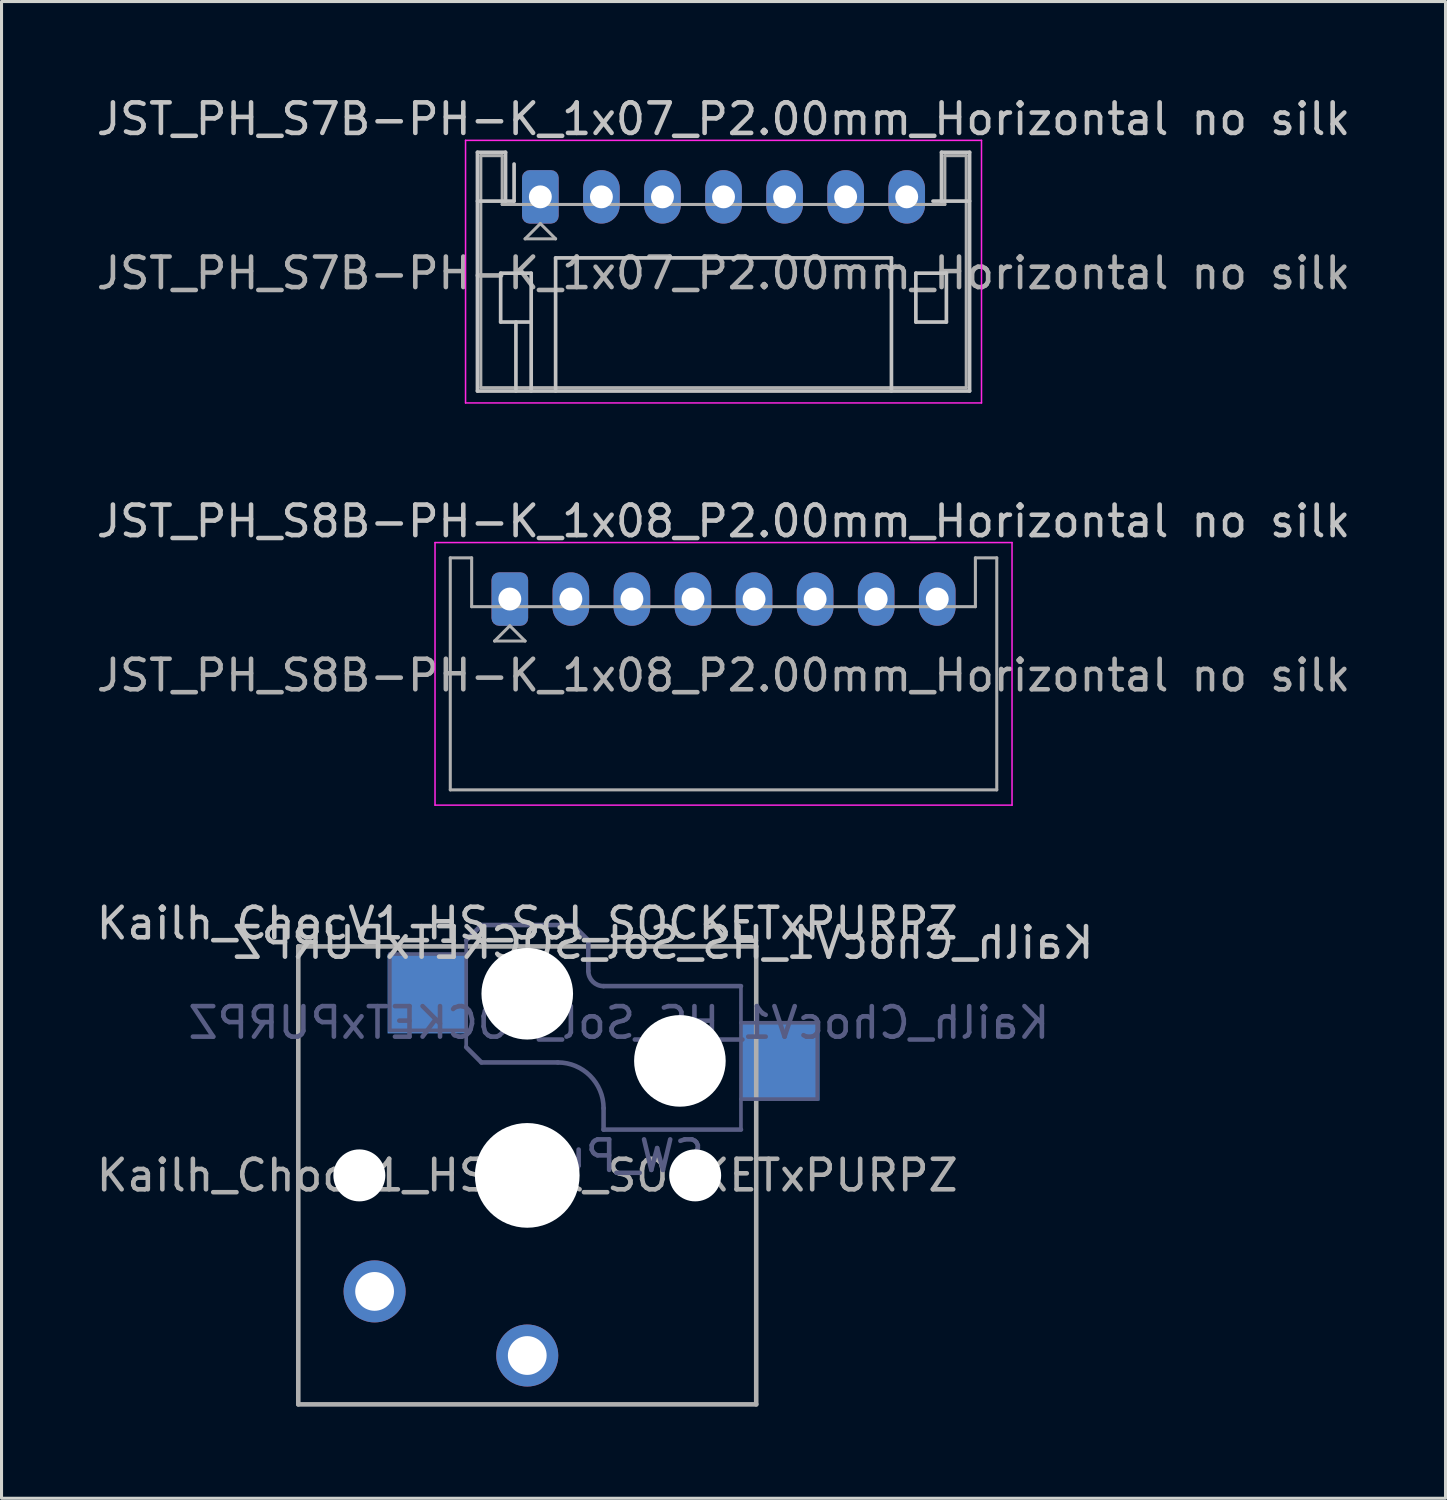
<source format=kicad_pcb>
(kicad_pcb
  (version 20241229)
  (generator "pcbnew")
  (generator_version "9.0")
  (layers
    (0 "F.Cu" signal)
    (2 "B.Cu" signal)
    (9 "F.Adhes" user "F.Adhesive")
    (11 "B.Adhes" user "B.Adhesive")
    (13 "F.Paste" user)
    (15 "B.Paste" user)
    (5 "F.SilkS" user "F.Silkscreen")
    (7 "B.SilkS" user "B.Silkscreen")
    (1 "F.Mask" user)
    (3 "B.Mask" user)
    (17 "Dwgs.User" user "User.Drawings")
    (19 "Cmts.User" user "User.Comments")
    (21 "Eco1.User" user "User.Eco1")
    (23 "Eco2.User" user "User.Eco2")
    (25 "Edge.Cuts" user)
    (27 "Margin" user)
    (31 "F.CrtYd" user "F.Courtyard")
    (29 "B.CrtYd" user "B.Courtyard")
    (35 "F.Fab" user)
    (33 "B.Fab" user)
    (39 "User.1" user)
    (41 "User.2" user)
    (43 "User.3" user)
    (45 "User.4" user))
  (footprint "Kailh_ChocV1_HS_Sol_SOCKETxPURPZ"
    (layer "F.Cu")
    (at 14.22 35.45)
    (property "Reference" "Kailh_ChocV1_HS_Sol_SOCKETxPURPZ" (at 0 -8.255 180) (layer "Dwgs.User") (effects (font (size 1 1) (thickness 0.15))))
    (property "Value" "SW_Push" (at -0.087 7.536 180) (layer "F.Fab") (hide yes) (effects (font (size 1 1) (thickness 0.15))))
    (attr through_hole)
    (fp_line (start -6.9 6.9) (end -6.9 -6.9) (stroke (width 0.15) (type solid)) (layer "Eco2.User"))
    (fp_line (start -6.9 6.9) (end 6.9 6.9) (stroke (width 0.15) (type solid)) (layer "Eco2.User"))
    (fp_line (start -2.6 -3.1) (end -2.6 -6.3) (stroke (width 0.15) (type solid)) (layer "Eco2.User"))
    (fp_line (start -2.6 -3.1) (end 2.6 -3.1) (stroke (width 0.15) (type solid)) (layer "Eco2.User"))
    (fp_line (start 2.6 -6.3) (end -2.6 -6.3) (stroke (width 0.15) (type solid)) (layer "Eco2.User"))
    (fp_line (start 2.6 -3.1) (end 2.6 -6.3) (stroke (width 0.15) (type solid)) (layer "Eco2.User"))
    (fp_line (start 6.9 -6.9) (end -6.9 -6.9) (stroke (width 0.15) (type solid)) (layer "Eco2.User"))
    (fp_line (start 6.9 -6.9) (end 6.9 6.9) (stroke (width 0.15) (type solid)) (layer "Eco2.User"))
    (fp_line (start -4.5 -7.25) (end -2 -7.25) (stroke (width 0.12) (type solid)) (layer "B.Fab"))
    (fp_line (start -4.5 -4.75) (end -4.5 -7.25) (stroke (width 0.12) (type solid)) (layer "B.Fab"))
    (fp_line (start -2 -7.7) (end -1.5 -8.2) (stroke (width 0.15) (type solid)) (layer "B.Fab"))
    (fp_line (start -2 -4.75) (end -4.5 -4.75) (stroke (width 0.12) (type solid)) (layer "B.Fab"))
    (fp_line (start -2 -4.25) (end -2 -7.7) (stroke (width 0.12) (type solid)) (layer "B.Fab"))
    (fp_line (start -2 -4.2) (end -1.5 -3.7) (stroke (width 0.15) (type solid)) (layer "B.Fab"))
    (fp_line (start -1.5 -8.2) (end 1.5 -8.2) (stroke (width 0.15) (type solid)) (layer "B.Fab"))
    (fp_line (start -1.5 -3.7) (end 1 -3.7) (stroke (width 0.15) (type solid)) (layer "B.Fab"))
    (fp_line (start 1.5 -8.2) (end 2 -7.7) (stroke (width 0.15) (type solid)) (layer "B.Fab"))
    (fp_line (start 2 -6.7) (end 2 -7.7) (stroke (width 0.15) (type solid)) (layer "B.Fab"))
    (fp_line (start 2.5 -2.2) (end 2.5 -1.5) (stroke (width 0.15) (type solid)) (layer "B.Fab"))
    (fp_line (start 2.5 -1.5) (end 7 -1.5) (stroke (width 0.15) (type solid)) (layer "B.Fab"))
    (fp_line (start 7 -6.2) (end 2.5 -6.2) (stroke (width 0.15) (type solid)) (layer "B.Fab"))
    (fp_line (start 7 -5) (end 9.5 -5) (stroke (width 0.12) (type solid)) (layer "B.Fab"))
    (fp_line (start 7 -1.5) (end 7 -6.2) (stroke (width 0.12) (type solid)) (layer "B.Fab"))
    (fp_line (start 9.5 -5) (end 9.5 -2.5) (stroke (width 0.12) (type solid)) (layer "B.Fab"))
    (fp_line (start 9.5 -2.5) (end 7 -2.5) (stroke (width 0.12) (type solid)) (layer "B.Fab"))
    (fp_arc (start 1 -3.7) (mid 2.06066 -3.26066) (end 2.5 -2.2) (stroke (width 0.15) (type solid)) (layer "B.Fab"))
    (fp_arc (start 2.5 -6.2) (mid 2.146447 -6.346447) (end 2 -6.7) (stroke (width 0.15) (type solid)) (layer "B.Fab"))
    (fp_line (start -7.5 -7.5) (end 7.5 -7.5) (stroke (width 0.15) (type solid)) (layer "F.Fab"))
    (fp_line (start -7.5 7.5) (end -7.5 -7.5) (stroke (width 0.15) (type solid)) (layer "F.Fab"))
    (fp_line (start 7.5 -7.5) (end 7.5 7.5) (stroke (width 0.15) (type solid)) (layer "F.Fab"))
    (fp_line (start 7.5 7.5) (end -7.5 7.5) (stroke (width 0.15) (type solid)) (layer "F.Fab"))
    (fp_text user "${REFERENCE}" (at 4.445 -7.62 180) (layer "Dwgs.User") (effects (font (size 1 1) (thickness 0.15)) (justify mirror)))
    (fp_text user "${VALUE}" (at 2.54 -0.635 180) (layer "B.Fab") (effects (font (size 1 1) (thickness 0.15)) (justify mirror)))
    (fp_text user "${REFERENCE}" (at 3 -5 180) (layer "B.Fab") (effects (font (size 1 1) (thickness 0.15)) (justify mirror)))
    (fp_text user "${REFERENCE}" (at 0 0 180) (layer "F.Fab") (effects (font (size 1 1) (thickness 0.15))))
    (pad "" np_thru_hole circle (at -5.5 0) (size 1.702 1.702) (drill 1.702) (layers "*.Cu" "*.Mask"))
    (pad "" np_thru_hole circle (at 0 -5.95) (size 3 3) (drill 3) (layers "*.Cu" "*.Mask"))
    (pad "" np_thru_hole circle (at 0 0) (size 3.429 3.429) (drill 3.429) (layers "*.Cu" "*.Mask"))
    (pad "" np_thru_hole circle (at 5 -3.75) (size 3 3) (drill 3) (layers "*.Cu" "*.Mask"))
    (pad "" np_thru_hole circle (at 5.5 0) (size 1.702 1.702) (drill 1.702) (layers "*.Cu" "*.Mask"))
    (pad "1" thru_hole circle (at 0 5.9) (size 2.032 2.032) (drill 1.27) (layers "*.Cu" "*.Mask"))
    (pad "1" smd rect (at 8.275 -3.75) (size 2.6 2.6) (layers "B.Cu" "B.Mask" "B.Paste"))
    (pad "2" thru_hole circle (at -5 3.8) (size 2.032 2.032) (drill 1.27) (layers "*.Cu" "*.Mask"))
    (pad "2" smd rect (at -3.275 -5.95) (size 2.6 2.6) (layers "B.Cu" "B.Mask" "B.Paste")))
  (footprint "JST_PH_S7B-PH-K_1x07_P2.00mm_Horizontal no silk"
    (layer "F.Cu")
    (at 14.649 3.398)
    (property "Reference" "JST_PH_S7B-PH-K_1x07_P2.00mm_Horizontal no silk" (at 6 -2.55 180) (layer "Dwgs.User") (effects (font (size 1 1) (thickness 0.15))))
    (attr through_hole)
    (fp_line (start -2.06 -1.46) (end -2.06 6.36) (stroke (width 0.12) (type solid)) (layer "Dwgs.User"))
    (fp_line (start -2.06 0.14) (end -1.14 0.14) (stroke (width 0.12) (type solid)) (layer "Dwgs.User"))
    (fp_line (start -2.06 6.36) (end 14.06 6.36) (stroke (width 0.12) (type solid)) (layer "Dwgs.User"))
    (fp_line (start -1.3 2.5) (end -1.3 4.1) (stroke (width 0.12) (type solid)) (layer "Dwgs.User"))
    (fp_line (start -1.3 4.1) (end -0.3 4.1) (stroke (width 0.12) (type solid)) (layer "Dwgs.User"))
    (fp_line (start -1.14 -1.46) (end -2.06 -1.46) (stroke (width 0.12) (type solid)) (layer "Dwgs.User"))
    (fp_line (start -1.14 0.14) (end -1.14 -1.46) (stroke (width 0.12) (type solid)) (layer "Dwgs.User"))
    (fp_line (start -0.86 0.14) (end -1.14 0.14) (stroke (width 0.12) (type solid)) (layer "Dwgs.User"))
    (fp_line (start -0.86 0.14) (end -0.86 -1.075) (stroke (width 0.12) (type solid)) (layer "Dwgs.User"))
    (fp_line (start -0.8 4.1) (end -0.8 6.36) (stroke (width 0.12) (type solid)) (layer "Dwgs.User"))
    (fp_line (start -0.3 2.5) (end -1.3 2.5) (stroke (width 0.12) (type solid)) (layer "Dwgs.User"))
    (fp_line (start -0.3 4.1) (end -0.3 2.5) (stroke (width 0.12) (type solid)) (layer "Dwgs.User"))
    (fp_line (start -0.3 4.1) (end -0.3 6.36) (stroke (width 0.12) (type solid)) (layer "Dwgs.User"))
    (fp_line (start 0.5 2) (end 11.5 2) (stroke (width 0.12) (type solid)) (layer "Dwgs.User"))
    (fp_line (start 0.5 6.36) (end 0.5 2) (stroke (width 0.12) (type solid)) (layer "Dwgs.User"))
    (fp_line (start 11.5 2) (end 11.5 6.36) (stroke (width 0.12) (type solid)) (layer "Dwgs.User"))
    (fp_line (start 12.3 2.5) (end 13.3 2.5) (stroke (width 0.12) (type solid)) (layer "Dwgs.User"))
    (fp_line (start 12.3 4.1) (end 12.3 2.5) (stroke (width 0.12) (type solid)) (layer "Dwgs.User"))
    (fp_line (start 13.14 -1.46) (end 13.14 0.14) (stroke (width 0.12) (type solid)) (layer "Dwgs.User"))
    (fp_line (start 13.14 0.14) (end 12.86 0.14) (stroke (width 0.12) (type solid)) (layer "Dwgs.User"))
    (fp_line (start 13.3 2.5) (end 13.3 4.1) (stroke (width 0.12) (type solid)) (layer "Dwgs.User"))
    (fp_line (start 13.3 4.1) (end 12.3 4.1) (stroke (width 0.12) (type solid)) (layer "Dwgs.User"))
    (fp_line (start 14.06 -1.46) (end 13.14 -1.46) (stroke (width 0.12) (type solid)) (layer "Dwgs.User"))
    (fp_line (start 14.06 0.14) (end 13.14 0.14) (stroke (width 0.12) (type solid)) (layer "Dwgs.User"))
    (fp_line (start 14.06 6.36) (end 14.06 -1.46) (stroke (width 0.12) (type solid)) (layer "Dwgs.User"))
    (fp_line (start -2.45 -1.85) (end -2.45 6.75) (stroke (width 0.05) (type solid)) (layer "F.CrtYd"))
    (fp_line (start -2.45 6.75) (end 14.45 6.75) (stroke (width 0.05) (type solid)) (layer "F.CrtYd"))
    (fp_line (start 14.45 -1.85) (end -2.45 -1.85) (stroke (width 0.05) (type solid)) (layer "F.CrtYd"))
    (fp_line (start 14.45 6.75) (end 14.45 -1.85) (stroke (width 0.05) (type solid)) (layer "F.CrtYd"))
    (fp_line (start -1.95 -1.35) (end -1.95 6.25) (stroke (width 0.1) (type solid)) (layer "F.Fab"))
    (fp_line (start -1.95 6.25) (end 13.95 6.25) (stroke (width 0.1) (type solid)) (layer "F.Fab"))
    (fp_line (start -1.25 -1.35) (end -1.95 -1.35) (stroke (width 0.1) (type solid)) (layer "F.Fab"))
    (fp_line (start -1.25 0.25) (end -1.25 -1.35) (stroke (width 0.1) (type solid)) (layer "F.Fab"))
    (fp_line (start -0.5 1.375) (end 0.5 1.375) (stroke (width 0.1) (type solid)) (layer "F.Fab"))
    (fp_line (start 0 0.875) (end -0.5 1.375) (stroke (width 0.1) (type solid)) (layer "F.Fab"))
    (fp_line (start 0.5 1.375) (end 0 0.875) (stroke (width 0.1) (type solid)) (layer "F.Fab"))
    (fp_line (start 13.25 -1.35) (end 13.25 0.25) (stroke (width 0.1) (type solid)) (layer "F.Fab"))
    (fp_line (start 13.25 0.25) (end -1.25 0.25) (stroke (width 0.1) (type solid)) (layer "F.Fab"))
    (fp_line (start 13.95 -1.35) (end 13.25 -1.35) (stroke (width 0.1) (type solid)) (layer "F.Fab"))
    (fp_line (start 13.95 6.25) (end 13.95 -1.35) (stroke (width 0.1) (type solid)) (layer "F.Fab"))
    (fp_text user "${REFERENCE}" (at 6 2.5 180) (layer "F.Fab") (effects (font (size 1 1) (thickness 0.15))))
    (pad "1" thru_hole roundrect (at 0 0) (size 1.2 1.75) (drill 0.75) (layers "*.Cu" "*.Mask") (roundrect_rratio 0.208))
    (pad "2" thru_hole oval (at 2 0) (size 1.2 1.75) (drill 0.75) (layers "*.Cu" "*.Mask"))
    (pad "3" thru_hole oval (at 4 0) (size 1.2 1.75) (drill 0.75) (layers "*.Cu" "*.Mask"))
    (pad "4" thru_hole oval (at 6 0) (size 1.2 1.75) (drill 0.75) (layers "*.Cu" "*.Mask"))
    (pad "5" thru_hole oval (at 8 0) (size 1.2 1.75) (drill 0.75) (layers "*.Cu" "*.Mask"))
    (pad "6" thru_hole oval (at 10 0) (size 1.2 1.75) (drill 0.75) (layers "*.Cu" "*.Mask"))
    (pad "7" thru_hole oval (at 12 0) (size 1.2 1.75) (drill 0.75) (layers "*.Cu" "*.Mask")))
  (footprint "JST_PH_S8B-PH-K_1x08_P2.00mm_Horizontal no silk"
    (layer "F.Cu")
    (at 13.649 16.572)
    (property "Reference" "JST_PH_S8B-PH-K_1x08_P2.00mm_Horizontal no silk" (at 7 -2.55 180) (layer "Dwgs.User") (effects (font (size 1 1) (thickness 0.15))))
    (attr through_hole)
    (fp_line (start -2.45 -1.85) (end -2.45 6.75) (stroke (width 0.05) (type solid)) (layer "F.CrtYd"))
    (fp_line (start -2.45 6.75) (end 16.45 6.75) (stroke (width 0.05) (type solid)) (layer "F.CrtYd"))
    (fp_line (start 16.45 -1.85) (end -2.45 -1.85) (stroke (width 0.05) (type solid)) (layer "F.CrtYd"))
    (fp_line (start 16.45 6.75) (end 16.45 -1.85) (stroke (width 0.05) (type solid)) (layer "F.CrtYd"))
    (fp_line (start -1.95 -1.35) (end -1.95 6.25) (stroke (width 0.1) (type solid)) (layer "F.Fab"))
    (fp_line (start -1.95 6.25) (end 15.95 6.25) (stroke (width 0.1) (type solid)) (layer "F.Fab"))
    (fp_line (start -1.25 -1.35) (end -1.95 -1.35) (stroke (width 0.1) (type solid)) (layer "F.Fab"))
    (fp_line (start -1.25 0.25) (end -1.25 -1.35) (stroke (width 0.1) (type solid)) (layer "F.Fab"))
    (fp_line (start -0.5 1.375) (end 0.5 1.375) (stroke (width 0.1) (type solid)) (layer "F.Fab"))
    (fp_line (start 0 0.875) (end -0.5 1.375) (stroke (width 0.1) (type solid)) (layer "F.Fab"))
    (fp_line (start 0.5 1.375) (end 0 0.875) (stroke (width 0.1) (type solid)) (layer "F.Fab"))
    (fp_line (start 15.25 -1.35) (end 15.25 0.25) (stroke (width 0.1) (type solid)) (layer "F.Fab"))
    (fp_line (start 15.25 0.25) (end -1.25 0.25) (stroke (width 0.1) (type solid)) (layer "F.Fab"))
    (fp_line (start 15.95 -1.35) (end 15.25 -1.35) (stroke (width 0.1) (type solid)) (layer "F.Fab"))
    (fp_line (start 15.95 6.25) (end 15.95 -1.35) (stroke (width 0.1) (type solid)) (layer "F.Fab"))
    (fp_text user "${REFERENCE}" (at 7 2.5 180) (layer "F.Fab") (effects (font (size 1 1) (thickness 0.15))))
    (pad "1" thru_hole roundrect (at 0 0) (size 1.2 1.75) (drill 0.75) (layers "*.Cu" "*.Mask") (roundrect_rratio 0.208))
    (pad "2" thru_hole oval (at 2 0) (size 1.2 1.75) (drill 0.75) (layers "*.Cu" "*.Mask"))
    (pad "3" thru_hole oval (at 4 0) (size 1.2 1.75) (drill 0.75) (layers "*.Cu" "*.Mask"))
    (pad "4" thru_hole oval (at 6 0) (size 1.2 1.75) (drill 0.75) (layers "*.Cu" "*.Mask"))
    (pad "5" thru_hole oval (at 8 0) (size 1.2 1.75) (drill 0.75) (layers "*.Cu" "*.Mask"))
    (pad "6" thru_hole oval (at 10 0) (size 1.2 1.75) (drill 0.75) (layers "*.Cu" "*.Mask"))
    (pad "7" thru_hole oval (at 12 0) (size 1.2 1.75) (drill 0.75) (layers "*.Cu" "*.Mask"))
    (pad "8" thru_hole oval (at 14 0) (size 1.2 1.75) (drill 0.75) (layers "*.Cu" "*.Mask")))
  (gr_rect
    (start -3 -3)
    (end 44.298 46.025)
    (stroke (width 0.1) (type default))
    (fill no)
    (layer "Edge.Cuts")))
</source>
